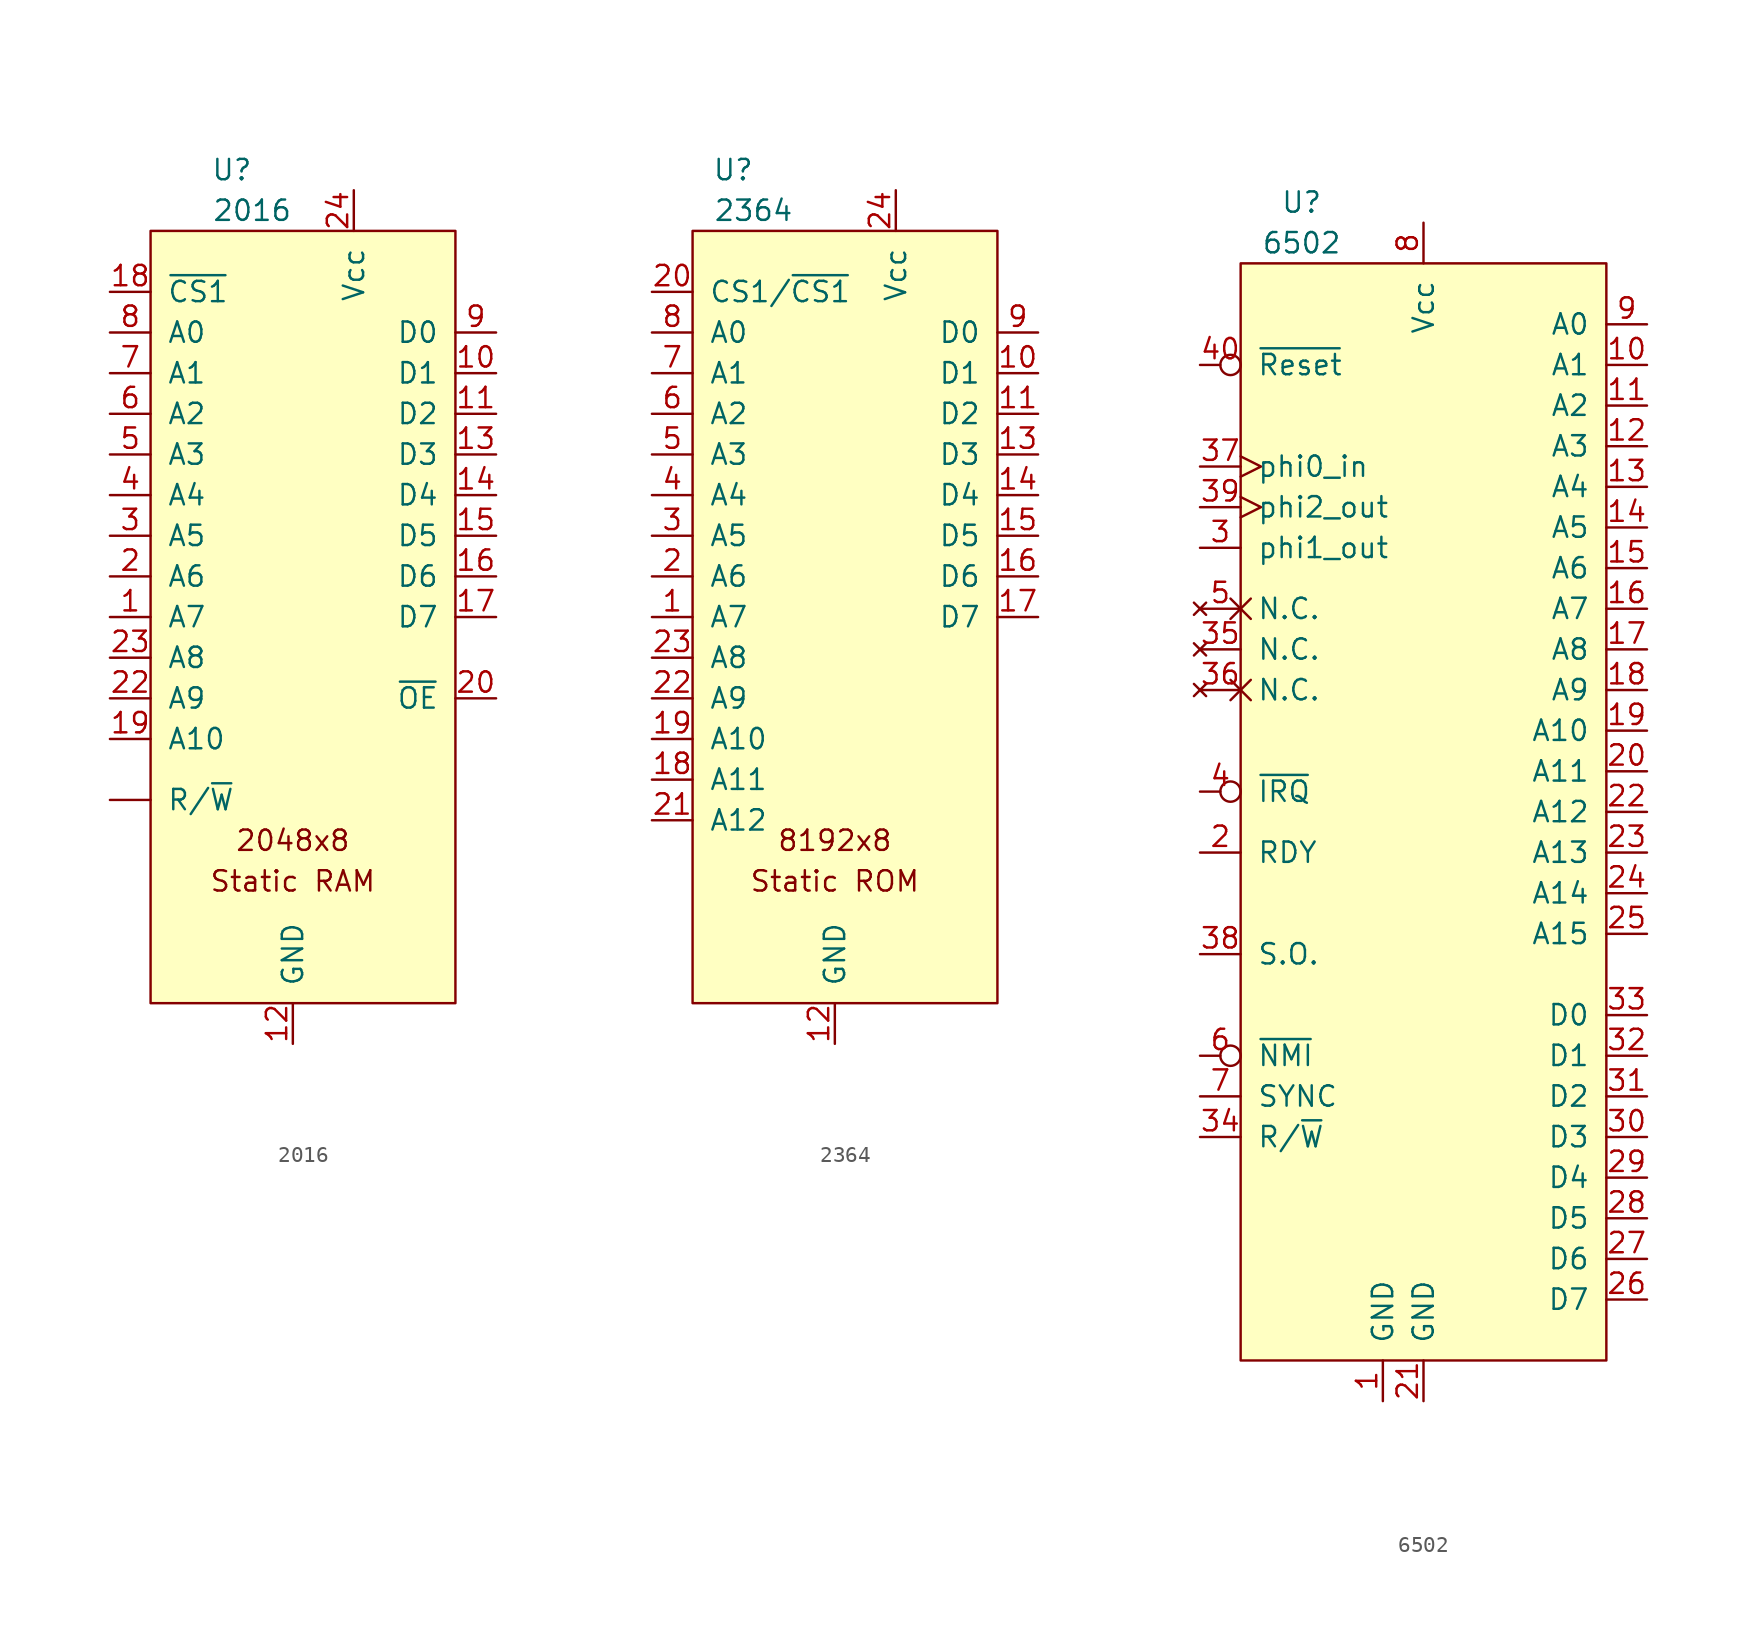
<source format=kicad_sym>
(kicad_symbol_lib
  (version 20201005)
  (generator kicad_symbol_editor)
  (symbol "C64:2016"
    (pin_names
      (offset 1.016))
    (property "Reference" "U"
      (at -3.81 2.54 0)
      (effects (font (size 1.27 1.27))))
    (property "Value" "2016"
      (at -2.54 0 0)
      (effects (font (size 1.27 1.27))))
    (symbol "2016_1_1"
      (text "2048x8" (at 0 -39.37 0) (effects (font (size 1.27 1.27))))
      (text "Static RAM" (at 0 -41.91 0) (effects (font (size 1.27 1.27))))
      (rectangle (start -8.89 -1.27) (end 10.16 -49.53) (stroke (width 0)) (fill (type background)))
      (pin input line (at -11.43 -25.4 0) (length 2.54) (name "A7" (effects (font (size 1.27 1.27)))) (number "1" (effects (font (size 1.27 1.27)))))
      (pin bidirectional line (at 12.7 -10.16 180) (length 2.54) (name "D1" (effects (font (size 1.27 1.27)))) (number "10" (effects (font (size 1.27 1.27)))))
      (pin bidirectional line (at 12.7 -12.7 180) (length 2.54) (name "D2" (effects (font (size 1.27 1.27)))) (number "11" (effects (font (size 1.27 1.27)))))
      (pin power_in line (at 0 -52.07 90) (length 2.54) (name "GND" (effects (font (size 1.27 1.27)))) (number "12" (effects (font (size 1.27 1.27)))))
      (pin bidirectional line (at 12.7 -15.24 180) (length 2.54) (name "D3" (effects (font (size 1.27 1.27)))) (number "13" (effects (font (size 1.27 1.27)))))
      (pin bidirectional line (at 12.7 -17.78 180) (length 2.54) (name "D4" (effects (font (size 1.27 1.27)))) (number "14" (effects (font (size 1.27 1.27)))))
      (pin bidirectional line (at 12.7 -20.32 180) (length 2.54) (name "D5" (effects (font (size 1.27 1.27)))) (number "15" (effects (font (size 1.27 1.27)))))
      (pin bidirectional line (at 12.7 -22.86 180) (length 2.54) (name "D6" (effects (font (size 1.27 1.27)))) (number "16" (effects (font (size 1.27 1.27)))))
      (pin bidirectional line (at 12.7 -25.4 180) (length 2.54) (name "D7" (effects (font (size 1.27 1.27)))) (number "17" (effects (font (size 1.27 1.27)))))
      (pin input line (at -11.43 -5.08 0) (length 2.54) (name "~CS1~" (effects (font (size 1.27 1.27)))) (number "18" (effects (font (size 1.27 1.27)))))
      (pin input line (at -11.43 -33.02 0) (length 2.54) (name "A10" (effects (font (size 1.27 1.27)))) (number "19" (effects (font (size 1.27 1.27)))))
      (pin input line (at -11.43 -22.86 0) (length 2.54) (name "A6" (effects (font (size 1.27 1.27)))) (number "2" (effects (font (size 1.27 1.27)))))
      (pin input line (at 12.7 -30.48 180) (length 2.54) (name "~OE~" (effects (font (size 1.27 1.27)))) (number "20" (effects (font (size 1.27 1.27)))))
      (pin input line (at -11.43 -30.48 0) (length 2.54) (name "A9" (effects (font (size 1.27 1.27)))) (number "22" (effects (font (size 1.27 1.27)))))
      (pin input line (at -11.43 -27.94 0) (length 2.54) (name "A8" (effects (font (size 1.27 1.27)))) (number "23" (effects (font (size 1.27 1.27)))))
      (pin power_in line (at 3.81 1.27 270) (length 2.54) (name "Vcc" (effects (font (size 1.27 1.27)))) (number "24" (effects (font (size 1.27 1.27)))))
      (pin input line (at -11.43 -20.32 0) (length 2.54) (name "A5" (effects (font (size 1.27 1.27)))) (number "3" (effects (font (size 1.27 1.27)))))
      (pin input line (at -11.43 -17.78 0) (length 2.54) (name "A4" (effects (font (size 1.27 1.27)))) (number "4" (effects (font (size 1.27 1.27)))))
      (pin input line (at -11.43 -15.24 0) (length 2.54) (name "A3" (effects (font (size 1.27 1.27)))) (number "5" (effects (font (size 1.27 1.27)))))
      (pin input line (at -11.43 -12.7 0) (length 2.54) (name "A2" (effects (font (size 1.27 1.27)))) (number "6" (effects (font (size 1.27 1.27)))))
      (pin input line (at -11.43 -10.16 0) (length 2.54) (name "A1" (effects (font (size 1.27 1.27)))) (number "7" (effects (font (size 1.27 1.27)))))
      (pin input line (at -11.43 -7.62 0) (length 2.54) (name "A0" (effects (font (size 1.27 1.27)))) (number "8" (effects (font (size 1.27 1.27)))))
      (pin bidirectional line (at 12.7 -7.62 180) (length 2.54) (name "D0" (effects (font (size 1.27 1.27)))) (number "9" (effects (font (size 1.27 1.27)))))
      (pin input line (at -11.43 -36.83 0) (length 2.54) (name "R/~W~" (effects (font (size 1.27 1.27)))) (number "~" (effects (font (size 1.27 1.27)))))))
  (symbol "C64:2364"
    (pin_names
      (offset 1.016))
    (property "Reference" "U"
      (at -6.35 1.27 0)
      (effects (font (size 1.27 1.27))))
    (property "Value" "2364"
      (at -5.08 -1.27 0)
      (effects (font (size 1.27 1.27))))
    (symbol "2364_0_0"
      (text "8192x8" (at 0 -40.64 0) (effects (font (size 1.27 1.27))))
      (text "Static ROM" (at 0 -43.18 0) (effects (font (size 1.27 1.27)))))
    (symbol "2364_0_1"
      (rectangle (start -8.89 -2.54) (end 10.16 -50.8) (stroke (width 0)) (fill (type background))))
    (symbol "2364_1_1"
      (pin input line (at -11.43 -26.67 0) (length 2.54) (name "A7" (effects (font (size 1.27 1.27)))) (number "1" (effects (font (size 1.27 1.27)))))
      (pin output line (at 12.7 -11.43 180) (length 2.54) (name "D1" (effects (font (size 1.27 1.27)))) (number "10" (effects (font (size 1.27 1.27)))))
      (pin output line (at 12.7 -13.97 180) (length 2.54) (name "D2" (effects (font (size 1.27 1.27)))) (number "11" (effects (font (size 1.27 1.27)))))
      (pin power_in line (at 0 -53.34 90) (length 2.54) (name "GND" (effects (font (size 1.27 1.27)))) (number "12" (effects (font (size 1.27 1.27)))))
      (pin output line (at 12.7 -16.51 180) (length 2.54) (name "D3" (effects (font (size 1.27 1.27)))) (number "13" (effects (font (size 1.27 1.27)))))
      (pin output line (at 12.7 -19.05 180) (length 2.54) (name "D4" (effects (font (size 1.27 1.27)))) (number "14" (effects (font (size 1.27 1.27)))))
      (pin output line (at 12.7 -21.59 180) (length 2.54) (name "D5" (effects (font (size 1.27 1.27)))) (number "15" (effects (font (size 1.27 1.27)))))
      (pin output line (at 12.7 -24.13 180) (length 2.54) (name "D6" (effects (font (size 1.27 1.27)))) (number "16" (effects (font (size 1.27 1.27)))))
      (pin output line (at 12.7 -26.67 180) (length 2.54) (name "D7" (effects (font (size 1.27 1.27)))) (number "17" (effects (font (size 1.27 1.27)))))
      (pin input line (at -11.43 -36.83 0) (length 2.54) (name "A11" (effects (font (size 1.27 1.27)))) (number "18" (effects (font (size 1.27 1.27)))))
      (pin input line (at -11.43 -34.29 0) (length 2.54) (name "A10" (effects (font (size 1.27 1.27)))) (number "19" (effects (font (size 1.27 1.27)))))
      (pin input line (at -11.43 -24.13 0) (length 2.54) (name "A6" (effects (font (size 1.27 1.27)))) (number "2" (effects (font (size 1.27 1.27)))))
      (pin input line (at -11.43 -6.35 0) (length 2.54) (name "CS1/~CS1~" (effects (font (size 1.27 1.27)))) (number "20" (effects (font (size 1.27 1.27)))))
      (pin input line (at -11.43 -39.37 0) (length 2.54) (name "A12" (effects (font (size 1.27 1.27)))) (number "21" (effects (font (size 1.27 1.27)))))
      (pin input line (at -11.43 -31.75 0) (length 2.54) (name "A9" (effects (font (size 1.27 1.27)))) (number "22" (effects (font (size 1.27 1.27)))))
      (pin input line (at -11.43 -29.21 0) (length 2.54) (name "A8" (effects (font (size 1.27 1.27)))) (number "23" (effects (font (size 1.27 1.27)))))
      (pin power_in line (at 3.81 0 270) (length 2.54) (name "Vcc" (effects (font (size 1.27 1.27)))) (number "24" (effects (font (size 1.27 1.27)))))
      (pin input line (at -11.43 -21.59 0) (length 2.54) (name "A5" (effects (font (size 1.27 1.27)))) (number "3" (effects (font (size 1.27 1.27)))))
      (pin input line (at -11.43 -19.05 0) (length 2.54) (name "A4" (effects (font (size 1.27 1.27)))) (number "4" (effects (font (size 1.27 1.27)))))
      (pin input line (at -11.43 -16.51 0) (length 2.54) (name "A3" (effects (font (size 1.27 1.27)))) (number "5" (effects (font (size 1.27 1.27)))))
      (pin input line (at -11.43 -13.97 0) (length 2.54) (name "A2" (effects (font (size 1.27 1.27)))) (number "6" (effects (font (size 1.27 1.27)))))
      (pin input line (at -11.43 -11.43 0) (length 2.54) (name "A1" (effects (font (size 1.27 1.27)))) (number "7" (effects (font (size 1.27 1.27)))))
      (pin input line (at -11.43 -8.89 0) (length 2.54) (name "A0" (effects (font (size 1.27 1.27)))) (number "8" (effects (font (size 1.27 1.27)))))
      (pin output line (at 12.7 -8.89 180) (length 2.54) (name "D0" (effects (font (size 1.27 1.27)))) (number "9" (effects (font (size 1.27 1.27)))))))
  (symbol "C64:6502"
    (pin_names
      (offset 1.016))
    (property "Reference" "U"
      (at 0 0 0)
      (effects (font (size 1.27 1.27))))
    (property "Value" "6502"
      (at 0 -2.54 0)
      (effects (font (size 1.27 1.27))))
    (symbol "6502_1_1"
      (polyline (pts (xy 7.62 -3.81) (xy 16.51 -3.81) (xy 19.05 -3.81) (xy 19.05 -72.39) (xy -3.81 -72.39) (xy -3.81 -3.81) (xy 7.62 -3.81)) (stroke (width 0)) (fill (type background)))
      (pin power_in line (at 5.08 -74.93 90) (length 2.54) (name "GND" (effects (font (size 1.27 1.27)))) (number "1" (effects (font (size 1.27 1.27)))))
      (pin output line (at 21.59 -10.16 180) (length 2.54) (name "A1" (effects (font (size 1.27 1.27)))) (number "10" (effects (font (size 1.27 1.27)))))
      (pin output line (at 21.59 -12.7 180) (length 2.54) (name "A2" (effects (font (size 1.27 1.27)))) (number "11" (effects (font (size 1.27 1.27)))))
      (pin output line (at 21.59 -15.24 180) (length 2.54) (name "A3" (effects (font (size 1.27 1.27)))) (number "12" (effects (font (size 1.27 1.27)))))
      (pin output line (at 21.59 -17.78 180) (length 2.54) (name "A4" (effects (font (size 1.27 1.27)))) (number "13" (effects (font (size 1.27 1.27)))))
      (pin output line (at 21.59 -20.32 180) (length 2.54) (name "A5" (effects (font (size 1.27 1.27)))) (number "14" (effects (font (size 1.27 1.27)))))
      (pin output line (at 21.59 -22.86 180) (length 2.54) (name "A6" (effects (font (size 1.27 1.27)))) (number "15" (effects (font (size 1.27 1.27)))))
      (pin output line (at 21.59 -25.4 180) (length 2.54) (name "A7" (effects (font (size 1.27 1.27)))) (number "16" (effects (font (size 1.27 1.27)))))
      (pin output line (at 21.59 -27.94 180) (length 2.54) (name "A8" (effects (font (size 1.27 1.27)))) (number "17" (effects (font (size 1.27 1.27)))))
      (pin output line (at 21.59 -30.48 180) (length 2.54) (name "A9" (effects (font (size 1.27 1.27)))) (number "18" (effects (font (size 1.27 1.27)))))
      (pin output line (at 21.59 -33.02 180) (length 2.54) (name "A10" (effects (font (size 1.27 1.27)))) (number "19" (effects (font (size 1.27 1.27)))))
      (pin input line (at -6.35 -40.64 0) (length 2.54) (name "RDY" (effects (font (size 1.27 1.27)))) (number "2" (effects (font (size 1.27 1.27)))))
      (pin output line (at 21.59 -35.56 180) (length 2.54) (name "A11" (effects (font (size 1.27 1.27)))) (number "20" (effects (font (size 1.27 1.27)))))
      (pin power_in line (at 7.62 -74.93 90) (length 2.54) (name "GND" (effects (font (size 1.27 1.27)))) (number "21" (effects (font (size 1.27 1.27)))))
      (pin output line (at 21.59 -38.1 180) (length 2.54) (name "A12" (effects (font (size 1.27 1.27)))) (number "22" (effects (font (size 1.27 1.27)))))
      (pin output line (at 21.59 -40.64 180) (length 2.54) (name "A13" (effects (font (size 1.27 1.27)))) (number "23" (effects (font (size 1.27 1.27)))))
      (pin output line (at 21.59 -43.18 180) (length 2.54) (name "A14" (effects (font (size 1.27 1.27)))) (number "24" (effects (font (size 1.27 1.27)))))
      (pin output line (at 21.59 -45.72 180) (length 2.54) (name "A15" (effects (font (size 1.27 1.27)))) (number "25" (effects (font (size 1.27 1.27)))))
      (pin bidirectional line (at 21.59 -68.58 180) (length 2.54) (name "D7" (effects (font (size 1.27 1.27)))) (number "26" (effects (font (size 1.27 1.27)))))
      (pin bidirectional line (at 21.59 -66.04 180) (length 2.54) (name "D6" (effects (font (size 1.27 1.27)))) (number "27" (effects (font (size 1.27 1.27)))))
      (pin bidirectional line (at 21.59 -63.5 180) (length 2.54) (name "D5" (effects (font (size 1.27 1.27)))) (number "28" (effects (font (size 1.27 1.27)))))
      (pin bidirectional line (at 21.59 -60.96 180) (length 2.54) (name "D4" (effects (font (size 1.27 1.27)))) (number "29" (effects (font (size 1.27 1.27)))))
      (pin output line (at -6.35 -21.59 0) (length 2.54) (name "phi1_out" (effects (font (size 1.27 1.27)))) (number "3" (effects (font (size 1.27 1.27)))))
      (pin bidirectional line (at 21.59 -58.42 180) (length 2.54) (name "D3" (effects (font (size 1.27 1.27)))) (number "30" (effects (font (size 1.27 1.27)))))
      (pin bidirectional line (at 21.59 -55.88 180) (length 2.54) (name "D2" (effects (font (size 1.27 1.27)))) (number "31" (effects (font (size 1.27 1.27)))))
      (pin bidirectional line (at 21.59 -53.34 180) (length 2.54) (name "D1" (effects (font (size 1.27 1.27)))) (number "32" (effects (font (size 1.27 1.27)))))
      (pin bidirectional line (at 21.59 -50.8 180) (length 2.54) (name "D0" (effects (font (size 1.27 1.27)))) (number "33" (effects (font (size 1.27 1.27)))))
      (pin tri_state line (at -6.35 -58.42 0) (length 2.54) (name "R/~W~" (effects (font (size 1.27 1.27)))) (number "34" (effects (font (size 1.27 1.27)))))
      (pin no_connect line (at -6.35 -27.94 0) (length 2.54) (name "N.C." (effects (font (size 1.27 1.27)))) (number "35" (effects (font (size 1.27 1.27)))))
      (pin no_connect non_logic (at -6.35 -30.48 0) (length 2.54) (name "N.C." (effects (font (size 1.27 1.27)))) (number "36" (effects (font (size 1.27 1.27)))))
      (pin input clock (at -6.35 -16.51 0) (length 2.54) (name "phi0_in" (effects (font (size 1.27 1.27)))) (number "37" (effects (font (size 1.27 1.27)))))
      (pin output line (at -6.35 -46.99 0) (length 2.54) (name "S.O." (effects (font (size 1.27 1.27)))) (number "38" (effects (font (size 1.27 1.27)))))
      (pin output clock (at -6.35 -19.05 0) (length 2.54) (name "phi2_out" (effects (font (size 1.27 1.27)))) (number "39" (effects (font (size 1.27 1.27)))))
      (pin input inverted (at -6.35 -36.83 0) (length 2.54) (name "~IRQ~" (effects (font (size 1.27 1.27)))) (number "4" (effects (font (size 1.27 1.27)))))
      (pin input inverted (at -6.35 -10.16 0) (length 2.54) (name "~Reset~" (effects (font (size 1.27 1.27)))) (number "40" (effects (font (size 1.27 1.27)))))
      (pin no_connect non_logic (at -6.35 -25.4 0) (length 2.54) (name "N.C." (effects (font (size 1.27 1.27)))) (number "5" (effects (font (size 1.27 1.27)))))
      (pin input inverted (at -6.35 -53.34 0) (length 2.54) (name "~NMI" (effects (font (size 1.27 1.27)))) (number "6" (effects (font (size 1.27 1.27)))))
      (pin input line (at -6.35 -55.88 0) (length 2.54) (name "SYNC" (effects (font (size 1.27 1.27)))) (number "7" (effects (font (size 1.27 1.27)))))
      (pin power_in line (at 7.62 -1.27 270) (length 2.54) (name "Vcc" (effects (font (size 1.27 1.27)))) (number "8" (effects (font (size 1.27 1.27)))))
      (pin output line (at 21.59 -7.62 180) (length 2.54) (name "A0" (effects (font (size 1.27 1.27)))) (number "9" (effects (font (size 1.27 1.27))))))))
</source>
